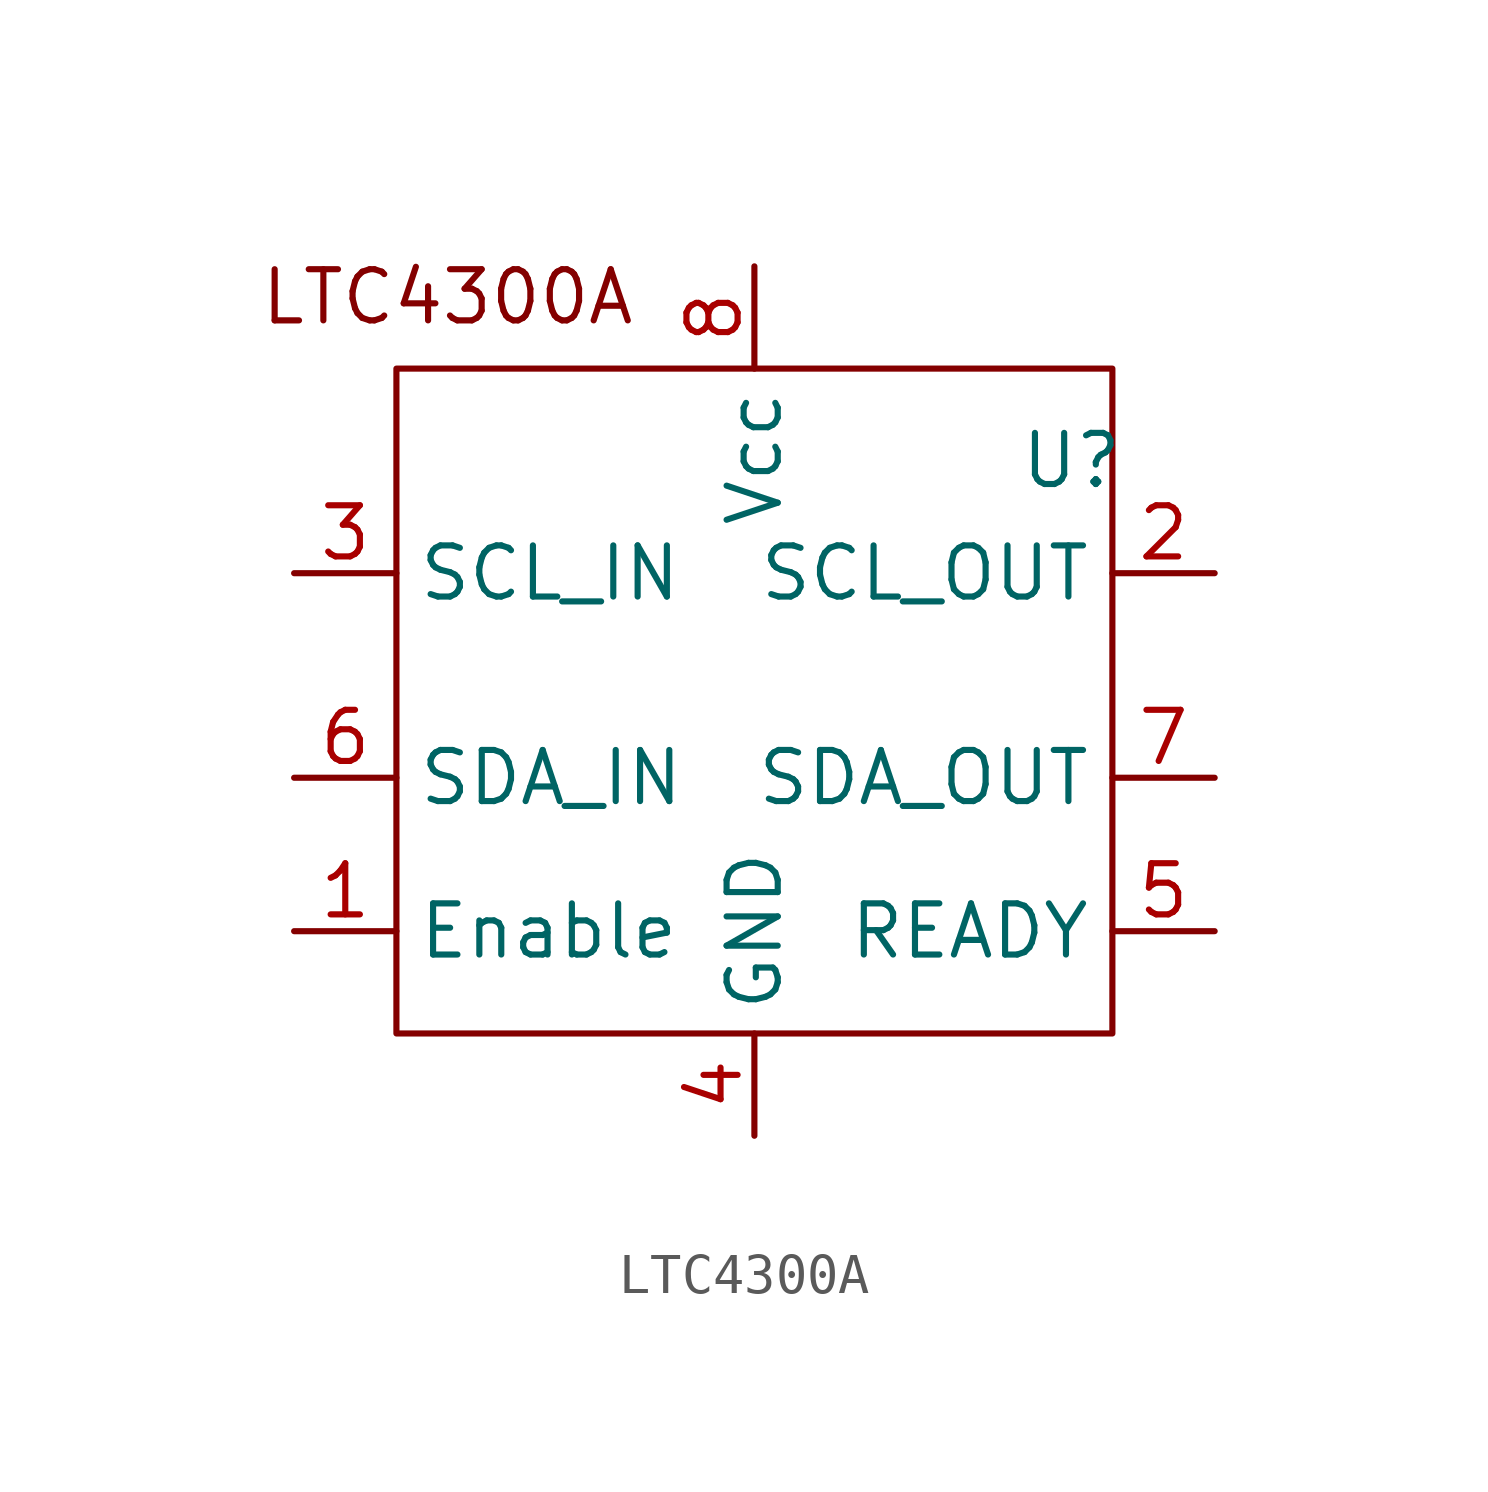
<source format=kicad_sym>
(kicad_symbol_lib
  (version 20241209)
  (generator "kicad_symbol_editor")
  (generator_version "9.0")
  (symbol "LTC4300A"
    (property "Reference" "U"
      (at 7.874 6.604 0)
      (effects (font (size 1.27 1.27))))
    (symbol "LTC4300A_0_1"
      (rectangle (start -8.89 8.89) (end 8.89 -7.62) (stroke (width 0) (type default)) (fill (type none))))
    (symbol "LTC4300A_1_1"
      (text "LTC4300A" (at -7.62 10.668 0) (effects (font (size 1.27 1.27))))
      (pin input line (at -11.43 3.81 0) (length 2.54) (name "SCL_IN" (effects (font (size 1.27 1.27)))) (number "3" (effects (font (size 1.27 1.27)))))
      (pin input line (at -11.43 -1.27 0) (length 2.54) (name "SDA_IN" (effects (font (size 1.27 1.27)))) (number "6" (effects (font (size 1.27 1.27)))))
      (pin input line (at -11.43 -5.08 0) (length 2.54) (name "Enable" (effects (font (size 1.27 1.27)))) (number "1" (effects (font (size 1.27 1.27)))))
      (pin passive line (at 0 11.43 270) (length 2.54) (name "Vcc" (effects (font (size 1.27 1.27)))) (number "8" (effects (font (size 1.27 1.27)))))
      (pin passive line (at 0 -10.16 90) (length 2.54) (name "GND" (effects (font (size 1.27 1.27)))) (number "4" (effects (font (size 1.27 1.27)))))
      (pin bidirectional line (at 11.43 3.81 180) (length 2.54) (name "SCL_OUT" (effects (font (size 1.27 1.27)))) (number "2" (effects (font (size 1.27 1.27)))))
      (pin bidirectional line (at 11.43 -1.27 180) (length 2.54) (name "SDA_OUT" (effects (font (size 1.27 1.27)))) (number "7" (effects (font (size 1.27 1.27)))))
      (pin output line (at 11.43 -5.08 180) (length 2.54) (name "READY" (effects (font (size 1.27 1.27)))) (number "5" (effects (font (size 1.27 1.27))))))))
</source>
